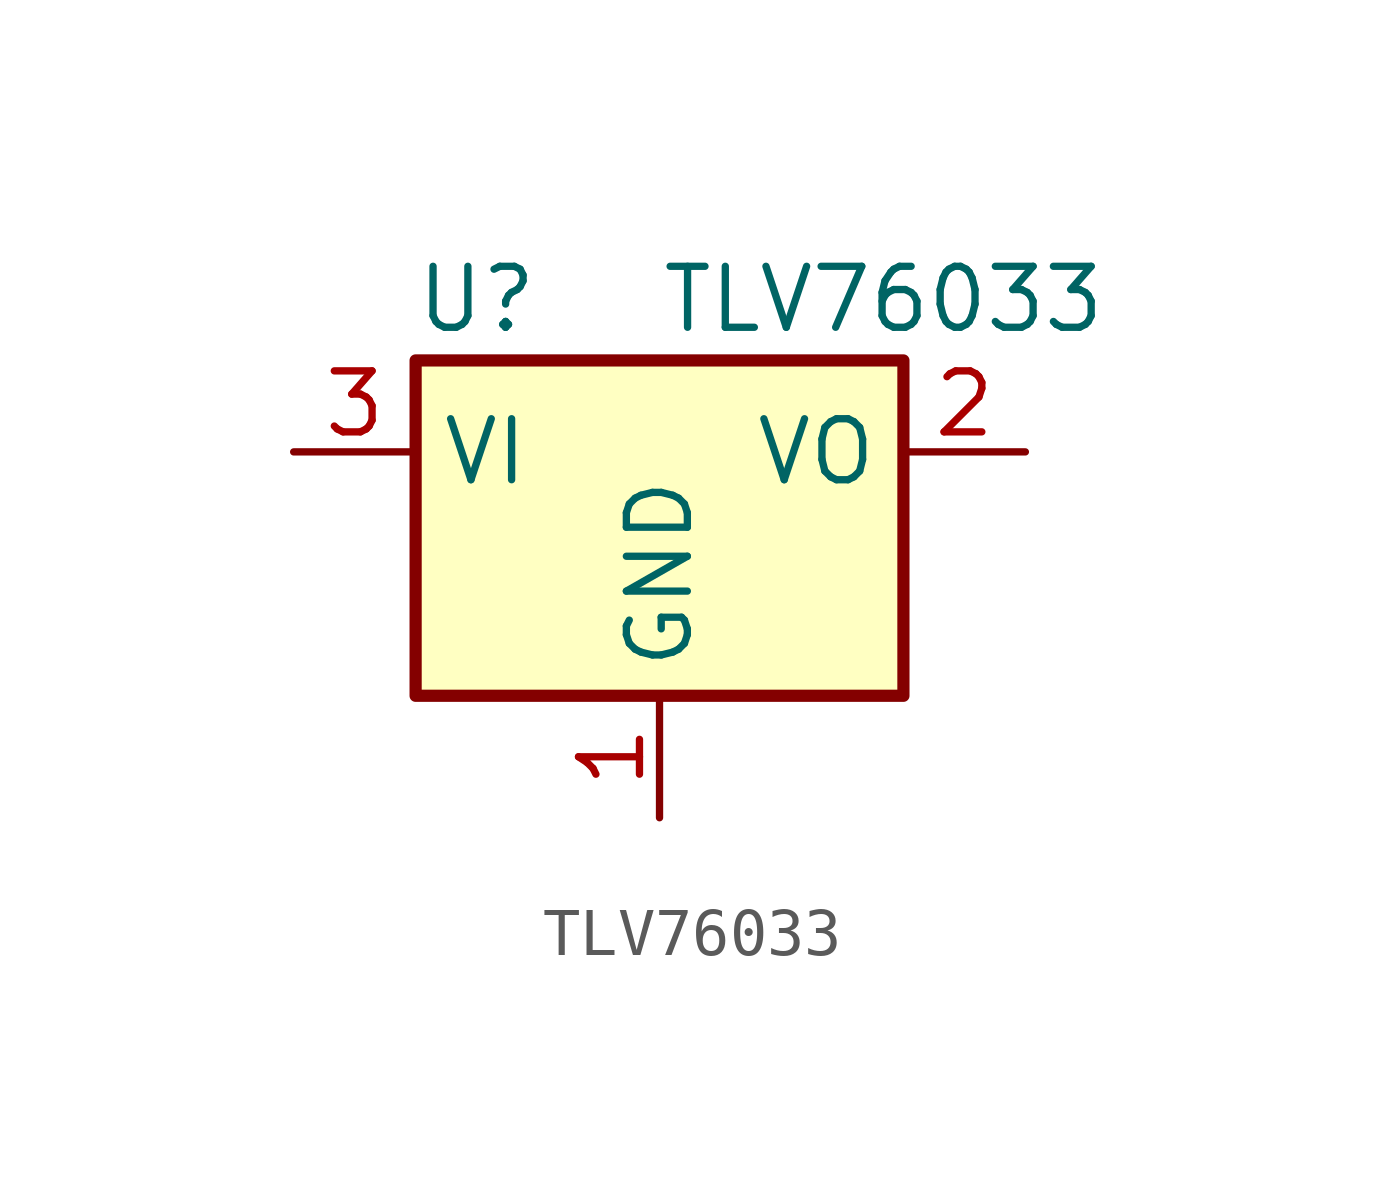
<source format=kicad_sym>
(kicad_symbol_lib
  (version 20241209)
  (generator "kicad_symbol_editor")
  (generator_version "9.0")
  (symbol "TLV76033"
    (property "Reference" "U"
      (at -3.81 3.175 0)
      (effects (font (size 1.27 1.27))))
    (property "Value" "TLV76033"
      (at 0 3.175 0)
      (effects (font (size 1.27 1.27)) (justify left)))
    (symbol "TLV76033_0_1"
      (rectangle (start -5.08 -5.08) (end 5.08 1.905) (stroke (width 0.254) (type default)) (fill (type background))))
    (symbol "TLV76033_1_1"
      (pin power_in line (at -7.62 0 0) (length 2.54) (name "VI" (effects (font (size 1.27 1.27)))) (number "3" (effects (font (size 1.27 1.27)))))
      (pin power_in line (at 0 -7.62 90) (length 2.54) (name "GND" (effects (font (size 1.27 1.27)))) (number "1" (effects (font (size 1.27 1.27)))))
      (pin power_out line (at 7.62 0 180) (length 2.54) (name "VO" (effects (font (size 1.27 1.27)))) (number "2" (effects (font (size 1.27 1.27))))))))
</source>
